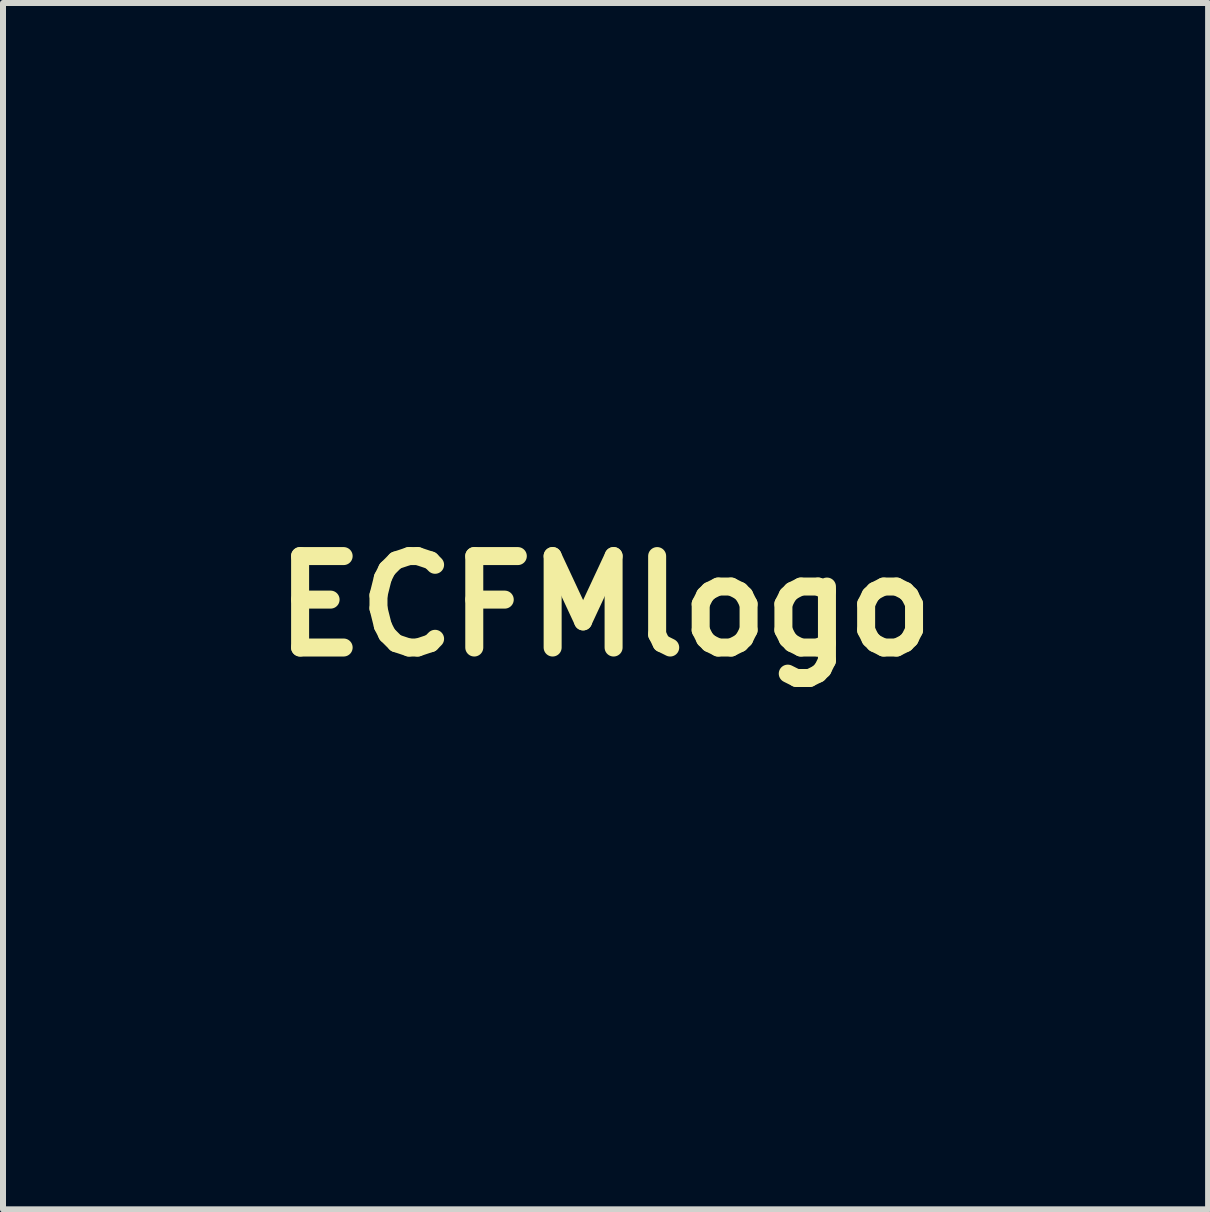
<source format=kicad_pcb>
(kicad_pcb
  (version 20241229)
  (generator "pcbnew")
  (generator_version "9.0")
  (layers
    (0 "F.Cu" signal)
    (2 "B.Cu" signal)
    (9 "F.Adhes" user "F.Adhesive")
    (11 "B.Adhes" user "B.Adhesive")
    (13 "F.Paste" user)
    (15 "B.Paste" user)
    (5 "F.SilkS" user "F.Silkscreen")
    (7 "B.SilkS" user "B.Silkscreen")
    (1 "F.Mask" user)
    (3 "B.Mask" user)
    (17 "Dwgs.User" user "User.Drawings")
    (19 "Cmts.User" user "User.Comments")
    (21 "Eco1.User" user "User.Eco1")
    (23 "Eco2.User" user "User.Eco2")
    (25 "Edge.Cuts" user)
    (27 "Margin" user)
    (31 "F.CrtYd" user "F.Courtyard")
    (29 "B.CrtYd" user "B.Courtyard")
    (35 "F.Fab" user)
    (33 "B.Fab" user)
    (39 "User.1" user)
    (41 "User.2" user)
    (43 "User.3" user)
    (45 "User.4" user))
  (footprint "ECFMlogo"
    (layer "F.Cu")
    (at 7.032 7.053)
    (property "Reference" "ECFMlogo" (at 0 0 0) (layer "F.SilkS") (effects (font (size 1.524 1.524) (thickness 0.3))))
    (attr through_hole)
    (fp_poly (pts (xy 0.923 -3.019) (xy 0.936 -2.992) (xy 0.952 -2.941) (xy 0.972 -2.862) (xy 0.998 -2.75) (xy 1.025 -2.632) (xy 1.045 -2.534) (xy 1.067 -2.421) (xy 1.089 -2.303) (xy 1.109 -2.188) (xy 1.126 -2.086) (xy 1.138 -2.005) (xy 1.143 -1.955) (xy 1.143 -1.95) (xy 1.122 -1.936) (xy 1.061 -1.928) (xy 0.979 -1.926) (xy 0.814 -1.926) (xy 0.331 -2.411) (xy 0.413 -2.534) (xy 0.474 -2.619) (xy 0.549 -2.709) (xy 0.631 -2.798) (xy 0.713 -2.881) (xy 0.79 -2.95) (xy 0.855 -3) (xy 0.902 -3.025) (xy 0.913 -3.027) (xy 0.923 -3.019)) (stroke (width 0.01) (type solid)) (fill yes) (layer "F.Mask"))
    (fp_poly (pts (xy -1.345 -2.845) (xy -1.285 -2.809) (xy -1.202 -2.753) (xy -1.1 -2.682) (xy -0.985 -2.597) (xy -0.861 -2.504) (xy -0.733 -2.406) (xy -0.605 -2.305) (xy -0.483 -2.206) (xy -0.411 -2.145) (xy -0.189 -1.958) (xy -0.343 -1.945) (xy -0.439 -1.938) (xy -0.554 -1.931) (xy -0.683 -1.926) (xy -0.818 -1.921) (xy -0.952 -1.918) (xy -1.08 -1.916) (xy -1.193 -1.915) (xy -1.286 -1.916) (xy -1.352 -1.918) (xy -1.383 -1.922) (xy -1.385 -1.923) (xy -1.393 -1.951) (xy -1.406 -2.01) (xy -1.422 -2.091) (xy -1.431 -2.14) (xy -1.446 -2.254) (xy -1.453 -2.375) (xy -1.454 -2.497) (xy -1.448 -2.612) (xy -1.436 -2.712) (xy -1.42 -2.792) (xy -1.398 -2.842) (xy -1.376 -2.857) (xy -1.345 -2.845)) (stroke (width 0.01) (type solid)) (fill yes) (layer "F.Mask"))
    (fp_poly (pts (xy -2.459 1.745) (xy -2.308 1.763) (xy -2.193 1.779) (xy -2.116 1.794) (xy -2.078 1.806) (xy -2.074 1.811) (xy -2.081 1.842) (xy -2.098 1.9) (xy -2.118 1.96) (xy -2.18 2.157) (xy -2.226 2.342) (xy -2.257 2.53) (xy -2.276 2.737) (xy -2.283 2.868) (xy -2.297 3.227) (xy -2.445 3.263) (xy -2.566 3.285) (xy -2.692 3.296) (xy -2.809 3.296) (xy -2.903 3.284) (xy -2.932 3.276) (xy -3.047 3.215) (xy -3.133 3.125) (xy -3.188 3.007) (xy -3.212 2.861) (xy -3.206 2.69) (xy -3.167 2.493) (xy -3.167 2.493) (xy -3.136 2.387) (xy -3.094 2.262) (xy -3.044 2.129) (xy -2.992 1.999) (xy -2.941 1.883) (xy -2.896 1.792) (xy -2.88 1.764) (xy -2.843 1.703) (xy -2.459 1.745)) (stroke (width 0.01) (type solid)) (fill yes) (layer "F.Mask"))
    (fp_poly (pts (xy -0.262 -1.096) (xy -0.236 -1.008) (xy -0.219 -0.931) (xy -0.209 -0.85) (xy -0.206 -0.749) (xy -0.206 -0.677) (xy -0.215 -0.47) (xy -0.247 -0.284) (xy -0.304 -0.1) (xy -0.357 0.026) (xy -0.391 0.101) (xy -0.42 0.144) (xy -0.454 0.162) (xy -0.505 0.164) (xy -0.582 0.155) (xy -0.687 0.142) (xy -0.79 0.128) (xy -0.88 0.115) (xy -0.951 0.104) (xy -0.991 0.096) (xy -0.997 0.094) (xy -0.998 0.071) (xy -0.985 0.02) (xy -0.962 -0.048) (xy -0.962 -0.051) (xy -0.904 -0.24) (xy -0.868 -0.433) (xy -0.852 -0.642) (xy -0.854 -0.857) (xy -0.859 -0.969) (xy -0.864 -1.07) (xy -0.869 -1.15) (xy -0.872 -1.2) (xy -0.873 -1.206) (xy -0.878 -1.259) (xy -0.599 -1.265) (xy -0.32 -1.271) (xy -0.262 -1.096)) (stroke (width 0.01) (type solid)) (fill yes) (layer "F.Mask"))
    (fp_poly (pts (xy 0.106 -4.468) (xy 0.213 -4.417) (xy 0.32 -4.339) (xy 0.419 -4.241) (xy 0.501 -4.128) (xy 0.522 -4.092) (xy 0.559 -4.024) (xy 0.385 -3.843) (xy 0.197 -3.624) (xy 0.022 -3.37) (xy -0.129 -3.104) (xy -0.17 -3.026) (xy -0.204 -2.965) (xy -0.227 -2.928) (xy -0.233 -2.922) (xy -0.252 -2.935) (xy -0.296 -2.972) (xy -0.36 -3.025) (xy -0.438 -3.092) (xy -0.456 -3.107) (xy -0.542 -3.182) (xy -0.624 -3.252) (xy -0.693 -3.309) (xy -0.739 -3.347) (xy -0.741 -3.349) (xy -0.815 -3.407) (xy -0.766 -3.55) (xy -0.714 -3.686) (xy -0.649 -3.832) (xy -0.575 -3.976) (xy -0.5 -4.108) (xy -0.43 -4.215) (xy -0.408 -4.243) (xy -0.305 -4.35) (xy -0.192 -4.429) (xy -0.077 -4.476) (xy 0.008 -4.487) (xy 0.106 -4.468)) (stroke (width 0.01) (type solid)) (fill yes) (layer "F.Mask"))
    (fp_poly (pts (xy -2.664 -3.456) (xy -2.505 -3.425) (xy -2.457 -3.411) (xy -2.342 -3.376) (xy -2.339 -3.027) (xy -2.334 -2.842) (xy -2.324 -2.684) (xy -2.304 -2.539) (xy -2.274 -2.394) (xy -2.231 -2.234) (xy -2.189 -2.096) (xy -2.16 -2.003) (xy -2.138 -1.925) (xy -2.124 -1.872) (xy -2.121 -1.852) (xy -2.143 -1.847) (xy -2.2 -1.839) (xy -2.284 -1.829) (xy -2.388 -1.817) (xy -2.445 -1.811) (xy -2.561 -1.798) (xy -2.665 -1.786) (xy -2.749 -1.776) (xy -2.804 -1.768) (xy -2.817 -1.766) (xy -2.84 -1.764) (xy -2.86 -1.772) (xy -2.882 -1.795) (xy -2.909 -1.841) (xy -2.946 -1.913) (xy -2.99 -2.005) (xy -3.104 -2.263) (xy -3.189 -2.5) (xy -3.244 -2.713) (xy -3.27 -2.902) (xy -3.266 -3.066) (xy -3.233 -3.203) (xy -3.171 -3.313) (xy -3.079 -3.394) (xy -2.958 -3.446) (xy -2.942 -3.45) (xy -2.814 -3.465) (xy -2.664 -3.456)) (stroke (width 0.01) (type solid)) (fill yes) (layer "F.Mask"))
    (fp_poly (pts (xy -0.61 2.069) (xy -0.528 2.153) (xy -0.468 2.217) (xy -0.425 2.273) (xy -0.39 2.33) (xy -0.358 2.4) (xy -0.32 2.493) (xy -0.306 2.529) (xy -0.164 2.857) (xy -0.009 3.148) (xy 0.162 3.406) (xy 0.352 3.635) (xy 0.426 3.713) (xy 0.501 3.789) (xy 0.565 3.854) (xy 0.61 3.903) (xy 0.633 3.929) (xy 0.635 3.932) (xy 0.623 3.963) (xy 0.591 4.018) (xy 0.545 4.087) (xy 0.493 4.16) (xy 0.441 4.228) (xy 0.395 4.282) (xy 0.39 4.286) (xy 0.272 4.386) (xy 0.15 4.445) (xy 0.026 4.464) (xy -0.096 4.442) (xy -0.141 4.422) (xy -0.254 4.346) (xy -0.365 4.229) (xy -0.473 4.075) (xy -0.577 3.887) (xy -0.677 3.665) (xy -0.771 3.415) (xy -0.858 3.136) (xy -0.938 2.833) (xy -1.009 2.507) (xy -1.07 2.162) (xy -1.077 2.114) (xy -1.116 1.863) (xy -0.814 1.863) (xy -0.61 2.069)) (stroke (width 0.01) (type solid)) (fill yes) (layer "F.Mask"))
    (fp_poly (pts (xy -1.361 -1.219) (xy -1.354 -1.216) (xy -1.34 -1.193) (xy -1.319 -1.142) (xy -1.3 -1.085) (xy -1.282 -1.024) (xy -1.271 -0.958) (xy -1.264 -0.875) (xy -1.261 -0.768) (xy -1.261 -0.656) (xy -1.262 -0.529) (xy -1.266 -0.434) (xy -1.273 -0.359) (xy -1.285 -0.293) (xy -1.304 -0.225) (xy -1.32 -0.175) (xy -1.347 -0.096) (xy -1.372 -0.033) (xy -1.389 0.003) (xy -1.392 0.007) (xy -1.419 0.006) (xy -1.474 -0.006) (xy -1.548 -0.026) (xy -1.566 -0.031) (xy -1.857 -0.13) (xy -2.124 -0.246) (xy -2.364 -0.375) (xy -2.573 -0.517) (xy -2.747 -0.668) (xy -2.872 -0.812) (xy -2.915 -0.875) (xy -2.942 -0.925) (xy -2.949 -0.953) (xy -2.948 -0.955) (xy -2.918 -0.968) (xy -2.851 -0.986) (xy -2.755 -1.007) (xy -2.634 -1.032) (xy -2.495 -1.058) (xy -2.343 -1.085) (xy -2.184 -1.112) (xy -2.024 -1.138) (xy -1.868 -1.162) (xy -1.723 -1.183) (xy -1.594 -1.2) (xy -1.487 -1.212) (xy -1.407 -1.219) (xy -1.361 -1.219)) (stroke (width 0.01) (type solid)) (fill yes) (layer "F.Mask"))
    (fp_poly (pts (xy 1.332 -1.232) (xy 1.333 -1.232) (xy 1.466 -1.223) (xy 1.616 -1.209) (xy 1.779 -1.19) (xy 1.95 -1.168) (xy 2.123 -1.144) (xy 2.293 -1.118) (xy 2.456 -1.091) (xy 2.606 -1.064) (xy 2.737 -1.038) (xy 2.846 -1.013) (xy 2.927 -0.991) (xy 2.974 -0.972) (xy 2.985 -0.961) (xy 2.97 -0.921) (xy 2.929 -0.86) (xy 2.87 -0.786) (xy 2.797 -0.705) (xy 2.717 -0.626) (xy 2.638 -0.554) (xy 2.615 -0.536) (xy 2.391 -0.381) (xy 2.129 -0.241) (xy 1.832 -0.117) (xy 1.502 -0.011) (xy 1.376 0.023) (xy 1.265 0.051) (xy 1.189 0.069) (xy 1.141 0.079) (xy 1.115 0.082) (xy 1.103 0.078) (xy 1.101 0.069) (xy 1.101 0.066) (xy 1.107 0.037) (xy 1.124 -0.017) (xy 1.134 -0.045) (xy 1.197 -0.267) (xy 1.238 -0.509) (xy 1.256 -0.755) (xy 1.248 -0.98) (xy 1.239 -1.071) (xy 1.231 -1.146) (xy 1.225 -1.197) (xy 1.223 -1.21) (xy 1.23 -1.226) (xy 1.264 -1.233) (xy 1.332 -1.232)) (stroke (width 0.01) (type solid)) (fill yes) (layer "F.Mask"))
    (fp_poly (pts (xy 0.357 -1.289) (xy 0.464 -1.284) (xy 0.559 -1.277) (xy 0.643 -1.269) (xy 0.695 -1.259) (xy 0.725 -1.243) (xy 0.745 -1.218) (xy 0.751 -1.208) (xy 0.796 -1.09) (xy 0.83 -0.943) (xy 0.848 -0.777) (xy 0.852 -0.667) (xy 0.846 -0.518) (xy 0.827 -0.38) (xy 0.793 -0.238) (xy 0.74 -0.079) (xy 0.717 -0.017) (xy 0.683 0.065) (xy 0.656 0.116) (xy 0.631 0.143) (xy 0.6 0.156) (xy 0.597 0.156) (xy 0.551 0.162) (xy 0.479 0.169) (xy 0.39 0.175) (xy 0.293 0.18) (xy 0.197 0.185) (xy 0.111 0.187) (xy 0.044 0.188) (xy 0.006 0.187) (xy 0 0.185) (xy 0.007 0.161) (xy 0.025 0.109) (xy 0.051 0.039) (xy 0.055 0.029) (xy 0.11 -0.142) (xy 0.156 -0.337) (xy 0.189 -0.536) (xy 0.201 -0.646) (xy 0.204 -0.753) (xy 0.2 -0.882) (xy 0.189 -1.019) (xy 0.174 -1.146) (xy 0.155 -1.244) (xy 0.152 -1.27) (xy 0.163 -1.284) (xy 0.198 -1.29) (xy 0.267 -1.291) (xy 0.27 -1.291) (xy 0.357 -1.289)) (stroke (width 0.01) (type solid)) (fill yes) (layer "F.Mask"))
    (fp_poly (pts (xy 2.932 -3.29) (xy 3.004 -3.287) (xy 3.055 -3.28) (xy 3.095 -3.266) (xy 3.134 -3.244) (xy 3.147 -3.235) (xy 3.232 -3.154) (xy 3.292 -3.044) (xy 3.325 -2.91) (xy 3.331 -2.757) (xy 3.309 -2.591) (xy 3.304 -2.569) (xy 3.278 -2.461) (xy 2.967 -2.449) (xy 2.757 -2.436) (xy 2.563 -2.409) (xy 2.371 -2.367) (xy 2.165 -2.306) (xy 2.05 -2.266) (xy 1.951 -2.232) (xy 1.885 -2.212) (xy 1.846 -2.204) (xy 1.827 -2.209) (xy 1.821 -2.224) (xy 1.82 -2.229) (xy 1.818 -2.259) (xy 1.811 -2.323) (xy 1.8 -2.413) (xy 1.787 -2.521) (xy 1.779 -2.593) (xy 1.765 -2.707) (xy 1.754 -2.805) (xy 1.746 -2.881) (xy 1.743 -2.926) (xy 1.743 -2.935) (xy 1.771 -2.953) (xy 1.83 -2.982) (xy 1.912 -3.021) (xy 2.009 -3.064) (xy 2.113 -3.11) (xy 2.216 -3.153) (xy 2.309 -3.191) (xy 2.384 -3.22) (xy 2.413 -3.23) (xy 2.506 -3.258) (xy 2.588 -3.276) (xy 2.674 -3.286) (xy 2.78 -3.29) (xy 2.827 -3.29) (xy 2.932 -3.29)) (stroke (width 0.01) (type solid)) (fill yes) (layer "F.Mask"))
    (fp_poly (pts (xy 1.012 1.866) (xy 1.08 1.875) (xy 1.143 1.89) (xy 1.207 1.914) (xy 1.28 1.947) (xy 1.368 1.991) (xy 1.427 2.02) (xy 1.747 2.166) (xy 2.051 2.278) (xy 2.345 2.359) (xy 2.636 2.411) (xy 2.867 2.432) (xy 3.099 2.445) (xy 3.116 2.519) (xy 3.136 2.653) (xy 3.137 2.791) (xy 3.121 2.923) (xy 3.089 3.038) (xy 3.043 3.125) (xy 3.031 3.139) (xy 2.948 3.203) (xy 2.835 3.247) (xy 2.702 3.27) (xy 2.558 3.269) (xy 2.445 3.251) (xy 2.237 3.191) (xy 2.014 3.103) (xy 1.773 2.987) (xy 1.51 2.84) (xy 1.225 2.661) (xy 1.152 2.614) (xy 1.05 2.544) (xy 0.934 2.462) (xy 0.811 2.373) (xy 0.687 2.281) (xy 0.567 2.191) (xy 0.458 2.106) (xy 0.364 2.032) (xy 0.291 1.971) (xy 0.245 1.93) (xy 0.237 1.921) (xy 0.233 1.909) (xy 0.244 1.9) (xy 0.278 1.893) (xy 0.339 1.887) (xy 0.432 1.881) (xy 0.533 1.877) (xy 0.698 1.869) (xy 0.828 1.864) (xy 0.93 1.863) (xy 1.012 1.866)) (stroke (width 0.01) (type solid)) (fill yes) (layer "F.Mask"))
    (fp_poly (pts (xy 4.133 -0.558) (xy 4.268 -0.463) (xy 4.381 -0.359) (xy 4.466 -0.252) (xy 4.517 -0.149) (xy 4.518 -0.144) (xy 4.537 -0.073) (xy 4.54 -0.018) (xy 4.529 0.043) (xy 4.519 0.078) (xy 4.463 0.196) (xy 4.367 0.312) (xy 4.233 0.423) (xy 4.063 0.53) (xy 3.859 0.632) (xy 3.622 0.728) (xy 3.355 0.817) (xy 3.061 0.9) (xy 2.74 0.975) (xy 2.395 1.041) (xy 2.028 1.098) (xy 1.641 1.145) (xy 1.236 1.181) (xy 1.185 1.185) (xy 1.04 1.194) (xy 0.863 1.201) (xy 0.663 1.207) (xy 0.448 1.212) (xy 0.226 1.215) (xy 0.004 1.217) (xy -0.208 1.217) (xy -0.404 1.216) (xy -0.574 1.212) (xy -0.712 1.207) (xy -0.73 1.206) (xy -1.2 1.172) (xy -1.647 1.127) (xy -2.067 1.071) (xy -2.459 1.005) (xy -2.821 0.929) (xy -3.152 0.844) (xy -3.449 0.749) (xy -3.711 0.646) (xy -3.935 0.535) (xy -4.12 0.417) (xy -4.16 0.385) (xy -4.285 0.267) (xy -4.368 0.145) (xy -4.408 0.023) (xy -4.407 -0.099) (xy -4.364 -0.221) (xy -4.28 -0.34) (xy -4.155 -0.456) (xy -4.045 -0.532) (xy -3.951 -0.592) (xy -3.759 -0.407) (xy -3.605 -0.268) (xy -3.448 -0.146) (xy -3.276 -0.034) (xy -3.076 0.079) (xy -3.064 0.085) (xy -2.71 0.251) (xy -2.323 0.395) (xy -1.909 0.515) (xy -1.47 0.612) (xy -1.012 0.682) (xy -0.963 0.688) (xy -0.78 0.705) (xy -0.568 0.719) (xy -0.339 0.729) (xy -0.103 0.735) (xy 0.13 0.737) (xy 0.348 0.734) (xy 0.54 0.727) (xy 0.625 0.721) (xy 1.13 0.667) (xy 1.608 0.586) (xy 2.057 0.48) (xy 2.478 0.348) (xy 2.867 0.191) (xy 3.223 0.01) (xy 3.434 -0.119) (xy 3.51 -0.174) (xy 3.603 -0.25) (xy 3.701 -0.336) (xy 3.794 -0.424) (xy 3.797 -0.427) (xy 4.006 -0.635) (xy 4.133 -0.558)) (stroke (width 0.01) (type solid)) (fill yes) (layer "F.Mask"))
    (fp_poly (pts (xy 7.048 7.048) (xy -7.027 7.048) (xy -7.027 -0.034) (xy -6.8 -0.034) (xy -6.779 0.119) (xy -6.716 0.269) (xy -6.611 0.416) (xy -6.465 0.56) (xy -6.278 0.701) (xy -6.05 0.837) (xy -5.782 0.97) (xy -5.49 1.092) (xy -5.33 1.149) (xy -5.142 1.211) (xy -4.935 1.274) (xy -4.718 1.336) (xy -4.5 1.395) (xy -4.29 1.447) (xy -4.097 1.491) (xy -3.93 1.525) (xy -3.86 1.536) (xy -3.802 1.548) (xy -3.764 1.561) (xy -3.758 1.565) (xy -3.764 1.589) (xy -3.79 1.637) (xy -3.83 1.702) (xy -3.844 1.722) (xy -3.974 1.924) (xy -4.108 2.145) (xy -4.242 2.375) (xy -4.37 2.609) (xy -4.489 2.838) (xy -4.596 3.055) (xy -4.685 3.252) (xy -4.751 3.415) (xy -4.817 3.6) (xy -4.867 3.758) (xy -4.902 3.896) (xy -4.925 4.026) (xy -4.938 4.156) (xy -4.942 4.297) (xy -4.942 4.307) (xy -4.941 4.425) (xy -4.938 4.511) (xy -4.931 4.574) (xy -4.919 4.625) (xy -4.901 4.673) (xy -4.894 4.688) (xy -4.809 4.824) (xy -4.696 4.934) (xy -4.585 4.999) (xy -4.534 5.02) (xy -4.484 5.034) (xy -4.424 5.042) (xy -4.345 5.046) (xy -4.236 5.046) (xy -4.212 5.046) (xy -4.08 5.044) (xy -3.974 5.036) (xy -3.878 5.021) (xy -3.777 4.998) (xy -3.745 4.989) (xy -3.468 4.901) (xy -3.169 4.783) (xy -2.853 4.638) (xy -2.523 4.468) (xy -2.187 4.274) (xy -1.848 4.061) (xy -1.757 4) (xy -1.678 3.949) (xy -1.611 3.91) (xy -1.564 3.887) (xy -1.547 3.883) (xy -1.533 3.909) (xy -1.52 3.962) (xy -1.514 3.994) (xy -1.501 4.066) (xy -1.478 4.169) (xy -1.448 4.297) (xy -1.413 4.44) (xy -1.375 4.59) (xy -1.335 4.74) (xy -1.297 4.88) (xy -1.263 5.002) (xy -1.242 5.069) (xy -1.153 5.338) (xy -1.055 5.598) (xy -0.952 5.841) (xy -0.846 6.059) (xy -0.743 6.245) (xy -0.729 6.268) (xy -0.593 6.462) (xy -0.451 6.617) (xy -0.305 6.734) (xy -0.156 6.811) (xy -0.005 6.847) (xy 0.147 6.843) (xy 0.298 6.797) (xy 0.307 6.793) (xy 0.396 6.738) (xy 0.497 6.655) (xy 0.602 6.552) (xy 0.702 6.436) (xy 0.789 6.317) (xy 0.794 6.31) (xy 0.901 6.127) (xy 1.009 5.909) (xy 1.115 5.663) (xy 1.216 5.395) (xy 1.235 5.34) (xy 1.288 5.178) (xy 1.344 4.993) (xy 1.399 4.796) (xy 1.452 4.596) (xy 1.5 4.405) (xy 1.539 4.233) (xy 1.567 4.091) (xy 1.567 4.09) (xy 1.583 4.016) (xy 1.598 3.962) (xy 1.611 3.937) (xy 1.613 3.937) (xy 1.636 3.948) (xy 1.688 3.979) (xy 1.76 4.025) (xy 1.848 4.082) (xy 1.879 4.103) (xy 2.224 4.324) (xy 2.555 4.518) (xy 2.87 4.684) (xy 3.167 4.82) (xy 3.445 4.926) (xy 3.701 5.002) (xy 3.934 5.046) (xy 4.116 5.059) (xy 4.299 5.048) (xy 4.449 5.016) (xy 4.571 4.958) (xy 4.669 4.874) (xy 4.749 4.76) (xy 4.767 4.725) (xy 4.796 4.664) (xy 4.816 4.614) (xy 4.828 4.564) (xy 4.834 4.503) (xy 4.836 4.42) (xy 4.836 4.318) (xy 4.833 4.175) (xy 4.823 4.047) (xy 4.803 3.922) (xy 4.772 3.789) (xy 4.727 3.635) (xy 4.695 3.535) (xy 4.592 3.251) (xy 4.46 2.943) (xy 4.302 2.617) (xy 4.121 2.278) (xy 3.934 1.955) (xy 3.869 1.846) (xy 3.814 1.75) (xy 3.77 1.673) (xy 3.742 1.619) (xy 3.732 1.595) (xy 3.732 1.595) (xy 3.755 1.588) (xy 3.812 1.574) (xy 3.896 1.556) (xy 3.999 1.534) (xy 4.056 1.522) (xy 4.473 1.431) (xy 4.862 1.332) (xy 5.222 1.226) (xy 5.551 1.112) (xy 5.849 0.993) (xy 6.113 0.868) (xy 6.343 0.739) (xy 6.536 0.605) (xy 6.691 0.468) (xy 6.807 0.329) (xy 6.883 0.187) (xy 6.892 0.162) (xy 6.917 0.028) (xy 6.913 -0.117) (xy 6.88 -0.256) (xy 6.859 -0.306) (xy 6.771 -0.442) (xy 6.644 -0.577) (xy 6.477 -0.71) (xy 6.274 -0.84) (xy 6.036 -0.967) (xy 5.764 -1.089) (xy 5.46 -1.206) (xy 5.126 -1.316) (xy 4.765 -1.42) (xy 4.377 -1.516) (xy 4.085 -1.579) (xy 4.004 -1.596) (xy 3.939 -1.61) (xy 3.903 -1.619) (xy 3.898 -1.621) (xy 3.906 -1.64) (xy 3.934 -1.686) (xy 3.976 -1.754) (xy 4.028 -1.837) (xy 4.028 -1.837) (xy 4.265 -2.217) (xy 4.474 -2.586) (xy 4.656 -2.943) (xy 4.808 -3.282) (xy 4.929 -3.602) (xy 5.009 -3.867) (xy 5.045 -4.039) (xy 5.065 -4.215) (xy 5.068 -4.384) (xy 5.055 -4.537) (xy 5.026 -4.663) (xy 5.019 -4.682) (xy 4.949 -4.806) (xy 4.848 -4.914) (xy 4.726 -4.994) (xy 4.656 -5.023) (xy 4.547 -5.046) (xy 4.409 -5.057) (xy 4.256 -5.056) (xy 4.099 -5.042) (xy 3.958 -5.018) (xy 3.709 -4.95) (xy 3.436 -4.852) (xy 3.141 -4.726) (xy 2.83 -4.575) (xy 2.505 -4.399) (xy 2.17 -4.2) (xy 1.829 -3.981) (xy 1.829 -3.981) (xy 1.744 -3.925) (xy 1.672 -3.88) (xy 1.621 -3.849) (xy 1.597 -3.837) (xy 1.596 -3.837) (xy 1.589 -3.859) (xy 1.576 -3.914) (xy 1.558 -3.995) (xy 1.537 -4.094) (xy 1.534 -4.107) (xy 1.439 -4.528) (xy 1.334 -4.921) (xy 1.22 -5.283) (xy 1.098 -5.613) (xy 0.968 -5.909) (xy 0.833 -6.169) (xy 0.691 -6.392) (xy 0.545 -6.575) (xy 0.479 -6.642) (xy 0.364 -6.742) (xy 0.258 -6.81) (xy 0.152 -6.85) (xy 0.034 -6.867) (xy -0.011 -6.868) (xy -0.133 -6.859) (xy -0.242 -6.826) (xy -0.349 -6.766) (xy -0.464 -6.675) (xy -0.486 -6.655) (xy -0.624 -6.505) (xy -0.759 -6.315) (xy -0.89 -6.088) (xy -1.016 -5.826) (xy -1.136 -5.531) (xy -1.249 -5.205) (xy -1.354 -4.851) (xy -1.451 -4.472) (xy -1.493 -4.281) (xy -1.516 -4.178) (xy -1.538 -4.093) (xy -1.556 -4.031) (xy -1.569 -4.002) (xy -1.571 -4) (xy -1.595 -4.012) (xy -1.644 -4.043) (xy -1.708 -4.088) (xy -1.731 -4.104) (xy -1.984 -4.28) (xy -2.25 -4.452) (xy -2.521 -4.614) (xy -2.791 -4.764) (xy -3.052 -4.897) (xy -3.296 -5.01) (xy -3.518 -5.098) (xy -3.545 -5.107) (xy -3.725 -5.166) (xy -3.879 -5.207) (xy -4.017 -5.233) (xy -4.151 -5.246) (xy -4.292 -5.246) (xy -4.314 -5.246) (xy -4.42 -5.241) (xy -4.495 -5.233) (xy -4.553 -5.221) (xy -4.605 -5.201) (xy -4.654 -5.175) (xy -4.773 -5.093) (xy -4.86 -4.991) (xy -4.922 -4.861) (xy -4.932 -4.829) (xy -4.968 -4.649) (xy -4.973 -4.441) (xy -4.948 -4.208) (xy -4.892 -3.95) (xy -4.807 -3.668) (xy -4.693 -3.365) (xy -4.549 -3.04) (xy -4.377 -2.696) (xy -4.177 -2.334) (xy -4.045 -2.11) (xy -3.982 -2.007) (xy -3.92 -1.906) (xy -3.865 -1.819) (xy -3.824 -1.755) (xy -3.822 -1.753) (xy -3.785 -1.693) (xy -3.764 -1.648) (xy -3.763 -1.628) (xy -3.789 -1.618) (xy -3.847 -1.604) (xy -3.926 -1.586) (xy -3.969 -1.578) (xy -4.145 -1.541) (xy -4.348 -1.494) (xy -4.564 -1.439) (xy -4.78 -1.381) (xy -4.984 -1.322) (xy -5.164 -1.267) (xy -5.208 -1.252) (xy -5.549 -1.128) (xy -5.849 -1) (xy -6.109 -0.868) (xy -6.327 -0.731) (xy -6.505 -0.591) (xy -6.641 -0.447) (xy -6.735 -0.3) (xy -6.788 -0.149) (xy -6.8 -0.034) (xy -7.027 -0.034) (xy -7.027 -7.048) (xy 7.048 -7.048) (xy 7.048 7.048)) (stroke (width 0.01) (type solid)) (fill yes) (layer "F.Mask")))
  (gr_rect
    (start -3 -3)
    (end 17.086 17.107)
    (stroke (width 0.1) (type default))
    (fill no)
    (layer "Edge.Cuts")))
</source>
